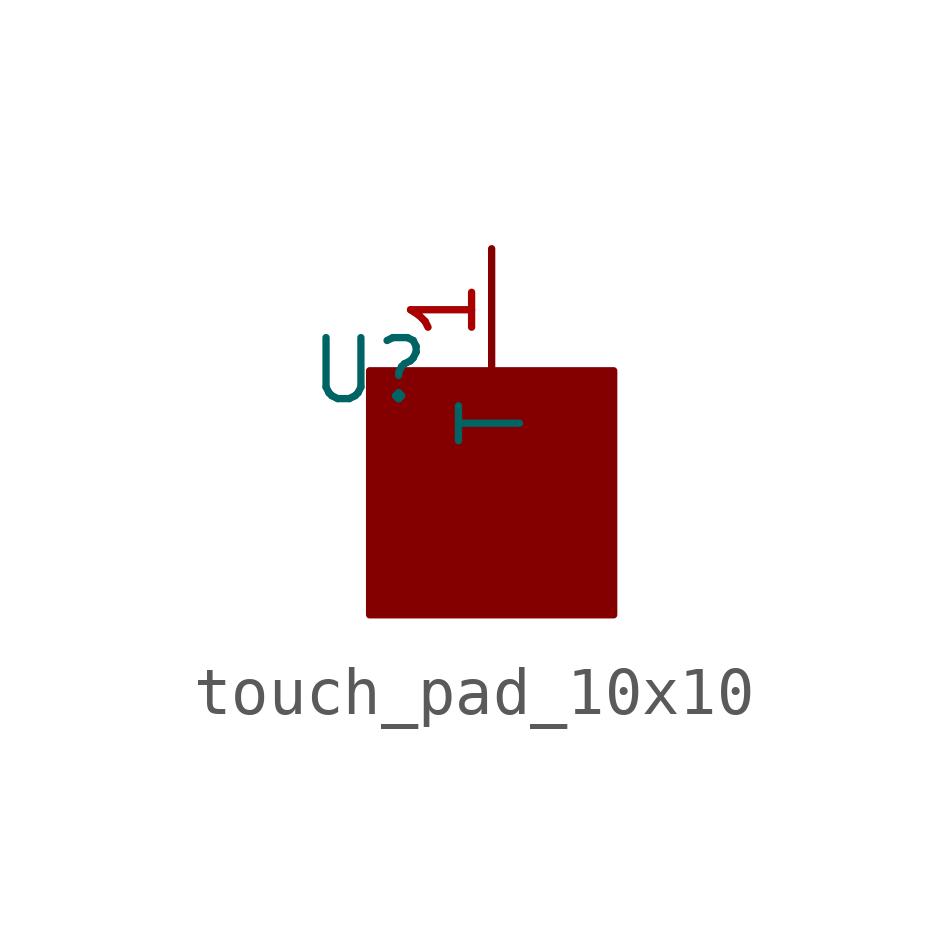
<source format=kicad_sym>
(kicad_symbol_lib
  (version 20220914)
  (generator kicad_symbol_editor)
  (symbol "touch_pad_10x10"
    (property "Reference" "U"
      (at 0 0 0)
      (effects (font (size 1.27 1.27))))
    (property "Value" ""
      (at 0 0 0)
      (effects (font (size 1.27 1.27))))
    (symbol "touch_pad_10x10_1_1"
      (rectangle (start 0 0) (end 5.08 -5.08) (stroke (width 0) (type solid)) (fill (type outline)))
      (pin bidirectional line (at 2.54 2.54 270) (length 2.54) (name "T" (effects (font (size 1.27 1.27)))) (number "1" (effects (font (size 1.27 1.27))))))))
</source>
